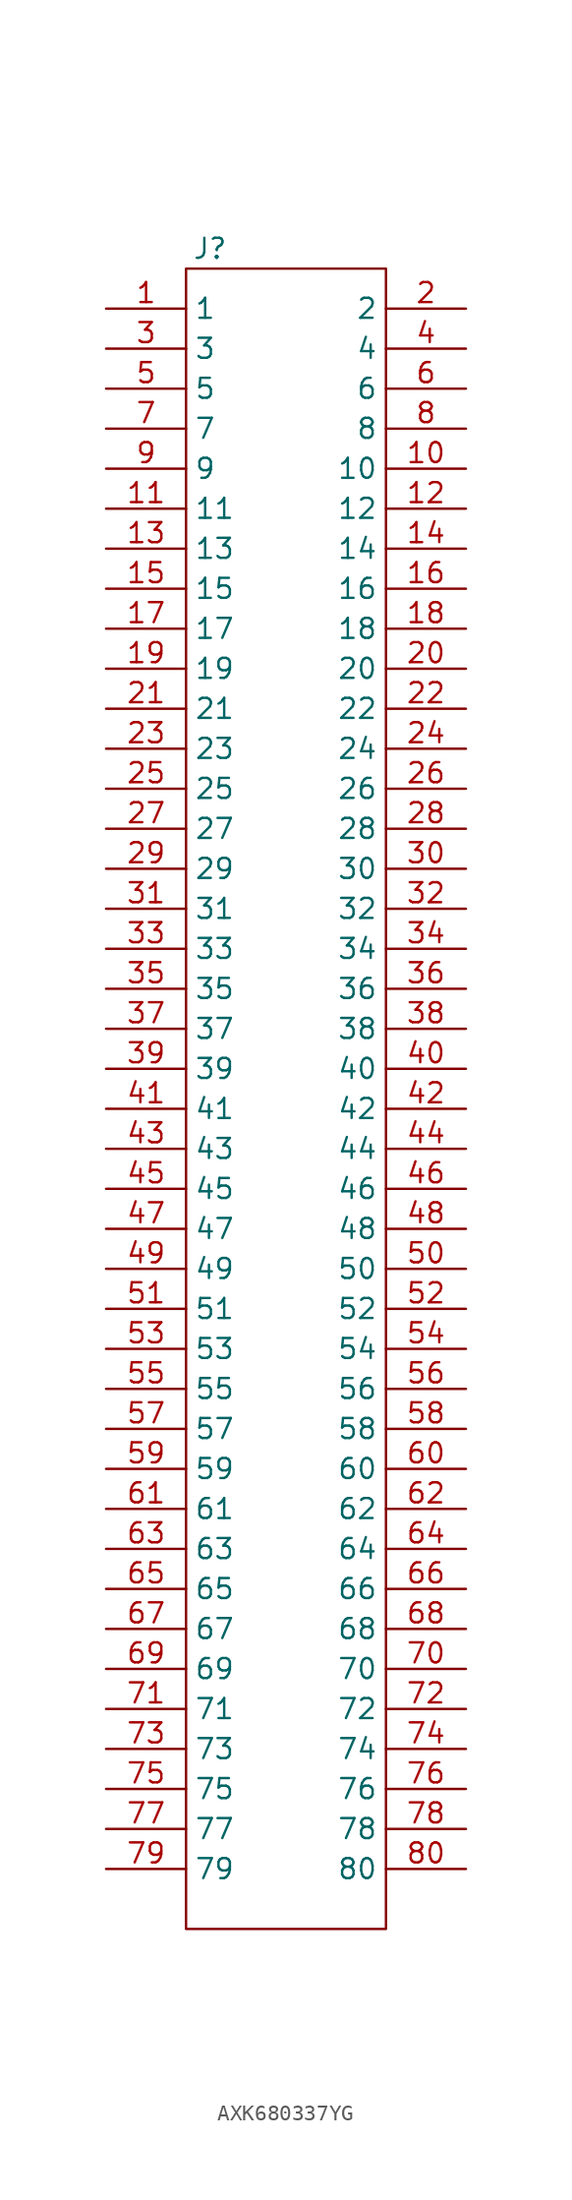
<source format=kicad_sym>
(kicad_symbol_lib
  (version 20231120)
  (generator "kicad_symbol_editor")
  (generator_version "8.0")
  (symbol "AXK680337YG"
    (property "Reference" "J"
      (at -4.826 53.34 0)
      (effects (font (size 1.27 1.27))))
    (property "Value" ""
      (at 0 6.35 0)
      (effects (font (size 1.27 1.27))))
    (symbol "AXK680337YG_0_1"
      (rectangle (start -6.35 52.07) (end 6.35 -53.34) (stroke (width 0) (type default)) (fill (type none))))
    (symbol "AXK680337YG_1_1"
      (pin input line (at -11.43 49.53 0) (length 5.08) (name "1" (effects (font (size 1.27 1.27)))) (number "1" (effects (font (size 1.27 1.27)))))
      (pin input line (at 11.43 39.37 180) (length 5.08) (name "10" (effects (font (size 1.27 1.27)))) (number "10" (effects (font (size 1.27 1.27)))))
      (pin input line (at -11.43 36.83 0) (length 5.08) (name "11" (effects (font (size 1.27 1.27)))) (number "11" (effects (font (size 1.27 1.27)))))
      (pin input line (at 11.43 36.83 180) (length 5.08) (name "12" (effects (font (size 1.27 1.27)))) (number "12" (effects (font (size 1.27 1.27)))))
      (pin input line (at -11.43 34.29 0) (length 5.08) (name "13" (effects (font (size 1.27 1.27)))) (number "13" (effects (font (size 1.27 1.27)))))
      (pin input line (at 11.43 34.29 180) (length 5.08) (name "14" (effects (font (size 1.27 1.27)))) (number "14" (effects (font (size 1.27 1.27)))))
      (pin input line (at -11.43 31.75 0) (length 5.08) (name "15" (effects (font (size 1.27 1.27)))) (number "15" (effects (font (size 1.27 1.27)))))
      (pin input line (at 11.43 31.75 180) (length 5.08) (name "16" (effects (font (size 1.27 1.27)))) (number "16" (effects (font (size 1.27 1.27)))))
      (pin input line (at -11.43 29.21 0) (length 5.08) (name "17" (effects (font (size 1.27 1.27)))) (number "17" (effects (font (size 1.27 1.27)))))
      (pin input line (at 11.43 29.21 180) (length 5.08) (name "18" (effects (font (size 1.27 1.27)))) (number "18" (effects (font (size 1.27 1.27)))))
      (pin input line (at -11.43 26.67 0) (length 5.08) (name "19" (effects (font (size 1.27 1.27)))) (number "19" (effects (font (size 1.27 1.27)))))
      (pin input line (at 11.43 49.53 180) (length 5.08) (name "2" (effects (font (size 1.27 1.27)))) (number "2" (effects (font (size 1.27 1.27)))))
      (pin input line (at 11.43 26.67 180) (length 5.08) (name "20" (effects (font (size 1.27 1.27)))) (number "20" (effects (font (size 1.27 1.27)))))
      (pin input line (at -11.43 24.13 0) (length 5.08) (name "21" (effects (font (size 1.27 1.27)))) (number "21" (effects (font (size 1.27 1.27)))))
      (pin input line (at 11.43 24.13 180) (length 5.08) (name "22" (effects (font (size 1.27 1.27)))) (number "22" (effects (font (size 1.27 1.27)))))
      (pin input line (at -11.43 21.59 0) (length 5.08) (name "23" (effects (font (size 1.27 1.27)))) (number "23" (effects (font (size 1.27 1.27)))))
      (pin input line (at 11.43 21.59 180) (length 5.08) (name "24" (effects (font (size 1.27 1.27)))) (number "24" (effects (font (size 1.27 1.27)))))
      (pin input line (at -11.43 19.05 0) (length 5.08) (name "25" (effects (font (size 1.27 1.27)))) (number "25" (effects (font (size 1.27 1.27)))))
      (pin input line (at 11.43 19.05 180) (length 5.08) (name "26" (effects (font (size 1.27 1.27)))) (number "26" (effects (font (size 1.27 1.27)))))
      (pin input line (at -11.43 16.51 0) (length 5.08) (name "27" (effects (font (size 1.27 1.27)))) (number "27" (effects (font (size 1.27 1.27)))))
      (pin input line (at 11.43 16.51 180) (length 5.08) (name "28" (effects (font (size 1.27 1.27)))) (number "28" (effects (font (size 1.27 1.27)))))
      (pin input line (at -11.43 13.97 0) (length 5.08) (name "29" (effects (font (size 1.27 1.27)))) (number "29" (effects (font (size 1.27 1.27)))))
      (pin input line (at -11.43 46.99 0) (length 5.08) (name "3" (effects (font (size 1.27 1.27)))) (number "3" (effects (font (size 1.27 1.27)))))
      (pin input line (at 11.43 13.97 180) (length 5.08) (name "30" (effects (font (size 1.27 1.27)))) (number "30" (effects (font (size 1.27 1.27)))))
      (pin input line (at -11.43 11.43 0) (length 5.08) (name "31" (effects (font (size 1.27 1.27)))) (number "31" (effects (font (size 1.27 1.27)))))
      (pin input line (at 11.43 11.43 180) (length 5.08) (name "32" (effects (font (size 1.27 1.27)))) (number "32" (effects (font (size 1.27 1.27)))))
      (pin input line (at -11.43 8.89 0) (length 5.08) (name "33" (effects (font (size 1.27 1.27)))) (number "33" (effects (font (size 1.27 1.27)))))
      (pin input line (at 11.43 8.89 180) (length 5.08) (name "34" (effects (font (size 1.27 1.27)))) (number "34" (effects (font (size 1.27 1.27)))))
      (pin input line (at -11.43 6.35 0) (length 5.08) (name "35" (effects (font (size 1.27 1.27)))) (number "35" (effects (font (size 1.27 1.27)))))
      (pin input line (at 11.43 6.35 180) (length 5.08) (name "36" (effects (font (size 1.27 1.27)))) (number "36" (effects (font (size 1.27 1.27)))))
      (pin input line (at -11.43 3.81 0) (length 5.08) (name "37" (effects (font (size 1.27 1.27)))) (number "37" (effects (font (size 1.27 1.27)))))
      (pin input line (at 11.43 3.81 180) (length 5.08) (name "38" (effects (font (size 1.27 1.27)))) (number "38" (effects (font (size 1.27 1.27)))))
      (pin input line (at -11.43 1.27 0) (length 5.08) (name "39" (effects (font (size 1.27 1.27)))) (number "39" (effects (font (size 1.27 1.27)))))
      (pin input line (at 11.43 46.99 180) (length 5.08) (name "4" (effects (font (size 1.27 1.27)))) (number "4" (effects (font (size 1.27 1.27)))))
      (pin input line (at 11.43 1.27 180) (length 5.08) (name "40" (effects (font (size 1.27 1.27)))) (number "40" (effects (font (size 1.27 1.27)))))
      (pin input line (at -11.43 -1.27 0) (length 5.08) (name "41" (effects (font (size 1.27 1.27)))) (number "41" (effects (font (size 1.27 1.27)))))
      (pin input line (at 11.43 -1.27 180) (length 5.08) (name "42" (effects (font (size 1.27 1.27)))) (number "42" (effects (font (size 1.27 1.27)))))
      (pin input line (at -11.43 -3.81 0) (length 5.08) (name "43" (effects (font (size 1.27 1.27)))) (number "43" (effects (font (size 1.27 1.27)))))
      (pin input line (at 11.43 -3.81 180) (length 5.08) (name "44" (effects (font (size 1.27 1.27)))) (number "44" (effects (font (size 1.27 1.27)))))
      (pin input line (at -11.43 -6.35 0) (length 5.08) (name "45" (effects (font (size 1.27 1.27)))) (number "45" (effects (font (size 1.27 1.27)))))
      (pin input line (at 11.43 -6.35 180) (length 5.08) (name "46" (effects (font (size 1.27 1.27)))) (number "46" (effects (font (size 1.27 1.27)))))
      (pin input line (at -11.43 -8.89 0) (length 5.08) (name "47" (effects (font (size 1.27 1.27)))) (number "47" (effects (font (size 1.27 1.27)))))
      (pin input line (at 11.43 -8.89 180) (length 5.08) (name "48" (effects (font (size 1.27 1.27)))) (number "48" (effects (font (size 1.27 1.27)))))
      (pin input line (at -11.43 -11.43 0) (length 5.08) (name "49" (effects (font (size 1.27 1.27)))) (number "49" (effects (font (size 1.27 1.27)))))
      (pin input line (at -11.43 44.45 0) (length 5.08) (name "5" (effects (font (size 1.27 1.27)))) (number "5" (effects (font (size 1.27 1.27)))))
      (pin input line (at 11.43 -11.43 180) (length 5.08) (name "50" (effects (font (size 1.27 1.27)))) (number "50" (effects (font (size 1.27 1.27)))))
      (pin input line (at -11.43 -13.97 0) (length 5.08) (name "51" (effects (font (size 1.27 1.27)))) (number "51" (effects (font (size 1.27 1.27)))))
      (pin input line (at 11.43 -13.97 180) (length 5.08) (name "52" (effects (font (size 1.27 1.27)))) (number "52" (effects (font (size 1.27 1.27)))))
      (pin input line (at -11.43 -16.51 0) (length 5.08) (name "53" (effects (font (size 1.27 1.27)))) (number "53" (effects (font (size 1.27 1.27)))))
      (pin input line (at 11.43 -16.51 180) (length 5.08) (name "54" (effects (font (size 1.27 1.27)))) (number "54" (effects (font (size 1.27 1.27)))))
      (pin input line (at -11.43 -19.05 0) (length 5.08) (name "55" (effects (font (size 1.27 1.27)))) (number "55" (effects (font (size 1.27 1.27)))))
      (pin input line (at 11.43 -19.05 180) (length 5.08) (name "56" (effects (font (size 1.27 1.27)))) (number "56" (effects (font (size 1.27 1.27)))))
      (pin input line (at -11.43 -21.59 0) (length 5.08) (name "57" (effects (font (size 1.27 1.27)))) (number "57" (effects (font (size 1.27 1.27)))))
      (pin input line (at 11.43 -21.59 180) (length 5.08) (name "58" (effects (font (size 1.27 1.27)))) (number "58" (effects (font (size 1.27 1.27)))))
      (pin input line (at -11.43 -24.13 0) (length 5.08) (name "59" (effects (font (size 1.27 1.27)))) (number "59" (effects (font (size 1.27 1.27)))))
      (pin input line (at 11.43 44.45 180) (length 5.08) (name "6" (effects (font (size 1.27 1.27)))) (number "6" (effects (font (size 1.27 1.27)))))
      (pin input line (at 11.43 -24.13 180) (length 5.08) (name "60" (effects (font (size 1.27 1.27)))) (number "60" (effects (font (size 1.27 1.27)))))
      (pin input line (at -11.43 -26.67 0) (length 5.08) (name "61" (effects (font (size 1.27 1.27)))) (number "61" (effects (font (size 1.27 1.27)))))
      (pin input line (at 11.43 -26.67 180) (length 5.08) (name "62" (effects (font (size 1.27 1.27)))) (number "62" (effects (font (size 1.27 1.27)))))
      (pin input line (at -11.43 -29.21 0) (length 5.08) (name "63" (effects (font (size 1.27 1.27)))) (number "63" (effects (font (size 1.27 1.27)))))
      (pin input line (at 11.43 -29.21 180) (length 5.08) (name "64" (effects (font (size 1.27 1.27)))) (number "64" (effects (font (size 1.27 1.27)))))
      (pin input line (at -11.43 -31.75 0) (length 5.08) (name "65" (effects (font (size 1.27 1.27)))) (number "65" (effects (font (size 1.27 1.27)))))
      (pin input line (at 11.43 -31.75 180) (length 5.08) (name "66" (effects (font (size 1.27 1.27)))) (number "66" (effects (font (size 1.27 1.27)))))
      (pin input line (at -11.43 -34.29 0) (length 5.08) (name "67" (effects (font (size 1.27 1.27)))) (number "67" (effects (font (size 1.27 1.27)))))
      (pin input line (at 11.43 -34.29 180) (length 5.08) (name "68" (effects (font (size 1.27 1.27)))) (number "68" (effects (font (size 1.27 1.27)))))
      (pin input line (at -11.43 -36.83 0) (length 5.08) (name "69" (effects (font (size 1.27 1.27)))) (number "69" (effects (font (size 1.27 1.27)))))
      (pin input line (at -11.43 41.91 0) (length 5.08) (name "7" (effects (font (size 1.27 1.27)))) (number "7" (effects (font (size 1.27 1.27)))))
      (pin input line (at 11.43 -36.83 180) (length 5.08) (name "70" (effects (font (size 1.27 1.27)))) (number "70" (effects (font (size 1.27 1.27)))))
      (pin input line (at -11.43 -39.37 0) (length 5.08) (name "71" (effects (font (size 1.27 1.27)))) (number "71" (effects (font (size 1.27 1.27)))))
      (pin input line (at 11.43 -39.37 180) (length 5.08) (name "72" (effects (font (size 1.27 1.27)))) (number "72" (effects (font (size 1.27 1.27)))))
      (pin input line (at -11.43 -41.91 0) (length 5.08) (name "73" (effects (font (size 1.27 1.27)))) (number "73" (effects (font (size 1.27 1.27)))))
      (pin input line (at 11.43 -41.91 180) (length 5.08) (name "74" (effects (font (size 1.27 1.27)))) (number "74" (effects (font (size 1.27 1.27)))))
      (pin input line (at -11.43 -44.45 0) (length 5.08) (name "75" (effects (font (size 1.27 1.27)))) (number "75" (effects (font (size 1.27 1.27)))))
      (pin input line (at 11.43 -44.45 180) (length 5.08) (name "76" (effects (font (size 1.27 1.27)))) (number "76" (effects (font (size 1.27 1.27)))))
      (pin input line (at -11.43 -46.99 0) (length 5.08) (name "77" (effects (font (size 1.27 1.27)))) (number "77" (effects (font (size 1.27 1.27)))))
      (pin input line (at 11.43 -46.99 180) (length 5.08) (name "78" (effects (font (size 1.27 1.27)))) (number "78" (effects (font (size 1.27 1.27)))))
      (pin input line (at -11.43 -49.53 0) (length 5.08) (name "79" (effects (font (size 1.27 1.27)))) (number "79" (effects (font (size 1.27 1.27)))))
      (pin input line (at 11.43 41.91 180) (length 5.08) (name "8" (effects (font (size 1.27 1.27)))) (number "8" (effects (font (size 1.27 1.27)))))
      (pin input line (at 11.43 -49.53 180) (length 5.08) (name "80" (effects (font (size 1.27 1.27)))) (number "80" (effects (font (size 1.27 1.27)))))
      (pin input line (at -11.43 39.37 0) (length 5.08) (name "9" (effects (font (size 1.27 1.27)))) (number "9" (effects (font (size 1.27 1.27))))))))
</source>
